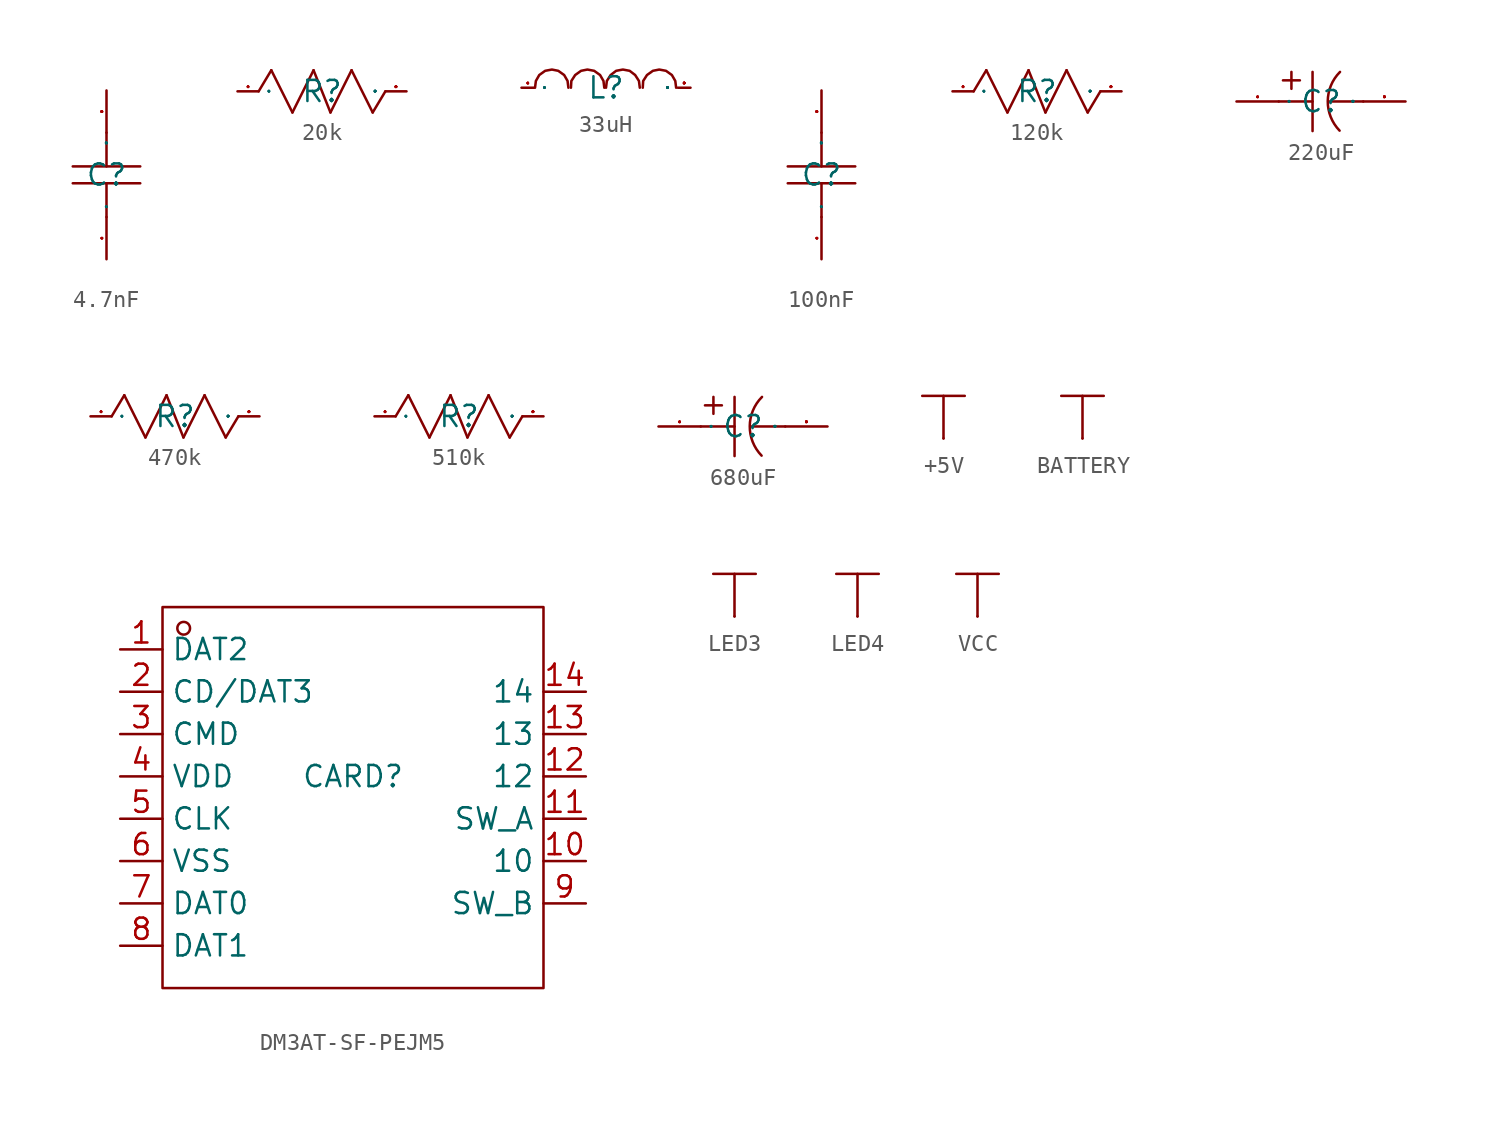
<source format=kicad_sym>
(kicad_symbol_lib
  (version 20231120)
  (generator "kicad_symbol_editor")
  (generator_version "8.0")
  (symbol "4.7nF"
    (property "Reference" "C"
      (at 0 0 0)
      (effects (font (size 1.27 1.27))))
    (property "Value" ""
      (at 0 0 0)
      (effects (font (size 1.27 1.27))))
    (symbol "4.7nF_1_0"
      (polyline (pts (xy -2.032 0.508) (xy 2.032 0.508)) (stroke (width 0) (type default)) (fill (type none)))
      (polyline (pts (xy 0 -0.508) (xy 0 -2.54)) (stroke (width 0) (type default)) (fill (type none)))
      (polyline (pts (xy 0 2.54) (xy 0 0.508)) (stroke (width 0) (type default)) (fill (type none)))
      (polyline (pts (xy 2.032 -0.508) (xy -2.032 -0.508)) (stroke (width 0) (type default)) (fill (type none)))
      (pin unspecified line (at 0 -5.08 90) (length 2.54) (name "1" (effects (font (size 0.025 0.025)))) (number "1" (effects (font (size 0.025 0.025)))))
      (pin unspecified line (at 0 5.08 270) (length 2.54) (name "2" (effects (font (size 0.025 0.025)))) (number "2" (effects (font (size 0.025 0.025)))))))
  (symbol "20k"
    (property "Reference" "R"
      (at 0 0 0)
      (effects (font (size 1.27 1.27))))
    (property "Value" ""
      (at 0 0 0)
      (effects (font (size 1.27 1.27))))
    (symbol "20k_1_0"
      (polyline (pts (xy -3.048 1.27) (xy -3.81 0)) (stroke (width 0) (type default)) (fill (type none)))
      (polyline (pts (xy -1.778 -1.27) (xy -3.048 1.27)) (stroke (width 0) (type default)) (fill (type none)))
      (polyline (pts (xy -0.508 1.27) (xy -1.778 -1.27)) (stroke (width 0) (type default)) (fill (type none)))
      (polyline (pts (xy 0.508 -1.27) (xy -0.508 1.27)) (stroke (width 0) (type default)) (fill (type none)))
      (polyline (pts (xy 1.778 1.27) (xy 0.508 -1.27)) (stroke (width 0) (type default)) (fill (type none)))
      (polyline (pts (xy 3.048 -1.27) (xy 1.778 1.27)) (stroke (width 0) (type default)) (fill (type none)))
      (polyline (pts (xy 3.81 0) (xy 3.048 -1.27)) (stroke (width 0) (type default)) (fill (type none)))
      (pin unspecified line (at -5.08 0 0) (length 1.27) (name "1" (effects (font (size 0.025 0.025)))) (number "1" (effects (font (size 0.025 0.025)))))
      (pin unspecified line (at 5.08 0 180) (length 1.27) (name "2" (effects (font (size 0.025 0.025)))) (number "2" (effects (font (size 0.025 0.025)))))))
  (symbol "33uH"
    (property "Reference" "L"
      (at 0 0 0)
      (effects (font (size 1.27 1.27))))
    (property "Value" ""
      (at 0 0 0)
      (effects (font (size 1.27 1.27))))
    (symbol "33uH_1_0"
      (polyline (pts (xy -4.267 0) (xy -4.216 0.406) (xy -4.216 0.406) (xy -4.013 0.762) (xy -4.013 0.762) (xy -3.658 1.016) (xy -3.658 1.016) (xy -3.251 1.092) (xy -3.251 1.092) (xy -2.87 1.016) (xy -2.87 1.016) (xy -2.515 0.762) (xy -2.515 0.762) (xy -2.311 0.406) (xy -2.311 0.406) (xy -2.261 0)) (stroke (width 0) (type default)) (fill (type none)))
      (polyline (pts (xy -2.108 0) (xy -2.083 0.406) (xy -2.083 0.406) (xy -1.854 0.762) (xy -1.854 0.762) (xy -1.499 1.016) (xy -1.499 1.016) (xy -1.118 1.092) (xy -1.118 1.092) (xy -0.711 1.016) (xy -0.711 1.016) (xy -0.356 0.762) (xy -0.356 0.762) (xy -0.152 0.406) (xy -0.152 0.406) (xy -0.102 0)) (stroke (width 0) (type default)) (fill (type none)))
      (polyline (pts (xy 0 0) (xy 0.051 0.406) (xy 0.051 0.406) (xy 0.279 0.762) (xy 0.279 0.762) (xy 0.61 1.016) (xy 0.61 1.016) (xy 1.016 1.092) (xy 1.016 1.092) (xy 1.422 1.016) (xy 1.422 1.016) (xy 1.753 0.762) (xy 1.753 0.762) (xy 1.981 0.406) (xy 1.981 0.406) (xy 2.032 0)) (stroke (width 0) (type default)) (fill (type none)))
      (polyline (pts (xy 2.21 0) (xy 2.235 0.406) (xy 2.235 0.406) (xy 2.464 0.762) (xy 2.464 0.762) (xy 2.819 1.016) (xy 2.819 1.016) (xy 3.2 1.092) (xy 3.2 1.092) (xy 3.607 1.016) (xy 3.607 1.016) (xy 3.962 0.762) (xy 3.962 0.762) (xy 4.166 0.406) (xy 4.166 0.406) (xy 4.216 0)) (stroke (width 0) (type default)) (fill (type none)))
      (pin unspecified line (at -5.08 0 0) (length 0.762) (name "1" (effects (font (size 0.025 0.025)))) (number "1" (effects (font (size 0.025 0.025)))))
      (pin unspecified line (at 5.08 0 180) (length 0.762) (name "2" (effects (font (size 0.025 0.025)))) (number "2" (effects (font (size 0.025 0.025)))))))
  (symbol "100nF"
    (property "Reference" "C"
      (at 0 0 0)
      (effects (font (size 1.27 1.27))))
    (property "Value" ""
      (at 0 0 0)
      (effects (font (size 1.27 1.27))))
    (symbol "100nF_1_0"
      (polyline (pts (xy -2.032 0.508) (xy 2.032 0.508)) (stroke (width 0) (type default)) (fill (type none)))
      (polyline (pts (xy 0 -0.508) (xy 0 -2.54)) (stroke (width 0) (type default)) (fill (type none)))
      (polyline (pts (xy 0 2.54) (xy 0 0.508)) (stroke (width 0) (type default)) (fill (type none)))
      (polyline (pts (xy 2.032 -0.508) (xy -2.032 -0.508)) (stroke (width 0) (type default)) (fill (type none)))
      (pin unspecified line (at 0 -5.08 90) (length 2.54) (name "1" (effects (font (size 0.025 0.025)))) (number "1" (effects (font (size 0.025 0.025)))))
      (pin unspecified line (at 0 5.08 270) (length 2.54) (name "2" (effects (font (size 0.025 0.025)))) (number "2" (effects (font (size 0.025 0.025)))))))
  (symbol "120k"
    (property "Reference" "R"
      (at 0 0 0)
      (effects (font (size 1.27 1.27))))
    (property "Value" ""
      (at 0 0 0)
      (effects (font (size 1.27 1.27))))
    (symbol "120k_1_0"
      (polyline (pts (xy -3.048 1.27) (xy -3.81 0)) (stroke (width 0) (type default)) (fill (type none)))
      (polyline (pts (xy -1.778 -1.27) (xy -3.048 1.27)) (stroke (width 0) (type default)) (fill (type none)))
      (polyline (pts (xy -0.508 1.27) (xy -1.778 -1.27)) (stroke (width 0) (type default)) (fill (type none)))
      (polyline (pts (xy 0.508 -1.27) (xy -0.508 1.27)) (stroke (width 0) (type default)) (fill (type none)))
      (polyline (pts (xy 1.778 1.27) (xy 0.508 -1.27)) (stroke (width 0) (type default)) (fill (type none)))
      (polyline (pts (xy 3.048 -1.27) (xy 1.778 1.27)) (stroke (width 0) (type default)) (fill (type none)))
      (polyline (pts (xy 3.81 0) (xy 3.048 -1.27)) (stroke (width 0) (type default)) (fill (type none)))
      (pin unspecified line (at -5.08 0 0) (length 1.27) (name "1" (effects (font (size 0.025 0.025)))) (number "1" (effects (font (size 0.025 0.025)))))
      (pin unspecified line (at 5.08 0 180) (length 1.27) (name "2" (effects (font (size 0.025 0.025)))) (number "2" (effects (font (size 0.025 0.025)))))))
  (symbol "220uF"
    (property "Reference" "C"
      (at 0 0 0)
      (effects (font (size 1.27 1.27))))
    (property "Value" ""
      (at 0 0 0)
      (effects (font (size 1.27 1.27))))
    (symbol "220uF_1_0"
      (polyline (pts (xy -2.54 0) (xy -0.508 0)) (stroke (width 0) (type default)) (fill (type none)))
      (polyline (pts (xy -2.286 1.27) (xy -1.27 1.27)) (stroke (width 0) (type default)) (fill (type none)))
      (polyline (pts (xy -1.778 1.778) (xy -1.778 0.762)) (stroke (width 0) (type default)) (fill (type none)))
      (polyline (pts (xy -0.508 1.778) (xy -0.508 -1.778)) (stroke (width 0) (type default)) (fill (type none)))
      (polyline (pts (xy 0.508 0) (xy 2.54 0)) (stroke (width 0) (type default)) (fill (type none)))
      (arc (start 1.143 1.778) (mid 0.4065 0.0179) (end 1.1176 -1.7526) (stroke (width 0) (type default)) (fill (type none)))
      (pin input line (at -5.08 0 0) (length 2.54) (name "1" (effects (font (size 0.025 0.025)))) (number "1" (effects (font (size 0.025 0.025)))))
      (pin input line (at 5.08 0 180) (length 2.54) (name "2" (effects (font (size 0.025 0.025)))) (number "2" (effects (font (size 0.025 0.025)))))))
  (symbol "470k"
    (property "Reference" "R"
      (at 0 0 0)
      (effects (font (size 1.27 1.27))))
    (property "Value" ""
      (at 0 0 0)
      (effects (font (size 1.27 1.27))))
    (symbol "470k_1_0"
      (polyline (pts (xy -3.048 1.27) (xy -3.81 0)) (stroke (width 0) (type default)) (fill (type none)))
      (polyline (pts (xy -1.778 -1.27) (xy -3.048 1.27)) (stroke (width 0) (type default)) (fill (type none)))
      (polyline (pts (xy -0.508 1.27) (xy -1.778 -1.27)) (stroke (width 0) (type default)) (fill (type none)))
      (polyline (pts (xy 0.508 -1.27) (xy -0.508 1.27)) (stroke (width 0) (type default)) (fill (type none)))
      (polyline (pts (xy 1.778 1.27) (xy 0.508 -1.27)) (stroke (width 0) (type default)) (fill (type none)))
      (polyline (pts (xy 3.048 -1.27) (xy 1.778 1.27)) (stroke (width 0) (type default)) (fill (type none)))
      (polyline (pts (xy 3.81 0) (xy 3.048 -1.27)) (stroke (width 0) (type default)) (fill (type none)))
      (pin unspecified line (at -5.08 0 0) (length 1.27) (name "1" (effects (font (size 0.025 0.025)))) (number "1" (effects (font (size 0.025 0.025)))))
      (pin unspecified line (at 5.08 0 180) (length 1.27) (name "2" (effects (font (size 0.025 0.025)))) (number "2" (effects (font (size 0.025 0.025)))))))
  (symbol "510k"
    (property "Reference" "R"
      (at 0 0 0)
      (effects (font (size 1.27 1.27))))
    (property "Value" ""
      (at 0 0 0)
      (effects (font (size 1.27 1.27))))
    (symbol "510k_1_0"
      (polyline (pts (xy -3.048 1.27) (xy -3.81 0)) (stroke (width 0) (type default)) (fill (type none)))
      (polyline (pts (xy -1.778 -1.27) (xy -3.048 1.27)) (stroke (width 0) (type default)) (fill (type none)))
      (polyline (pts (xy -0.508 1.27) (xy -1.778 -1.27)) (stroke (width 0) (type default)) (fill (type none)))
      (polyline (pts (xy 0.508 -1.27) (xy -0.508 1.27)) (stroke (width 0) (type default)) (fill (type none)))
      (polyline (pts (xy 1.778 1.27) (xy 0.508 -1.27)) (stroke (width 0) (type default)) (fill (type none)))
      (polyline (pts (xy 3.048 -1.27) (xy 1.778 1.27)) (stroke (width 0) (type default)) (fill (type none)))
      (polyline (pts (xy 3.81 0) (xy 3.048 -1.27)) (stroke (width 0) (type default)) (fill (type none)))
      (pin unspecified line (at -5.08 0 0) (length 1.27) (name "1" (effects (font (size 0.025 0.025)))) (number "1" (effects (font (size 0.025 0.025)))))
      (pin unspecified line (at 5.08 0 180) (length 1.27) (name "2" (effects (font (size 0.025 0.025)))) (number "2" (effects (font (size 0.025 0.025)))))))
  (symbol "680uF"
    (property "Reference" "C"
      (at 0 0 0)
      (effects (font (size 1.27 1.27))))
    (property "Value" ""
      (at 0 0 0)
      (effects (font (size 1.27 1.27))))
    (symbol "680uF_1_0"
      (polyline (pts (xy -2.54 0) (xy -0.508 0)) (stroke (width 0) (type default)) (fill (type none)))
      (polyline (pts (xy -2.286 1.27) (xy -1.27 1.27)) (stroke (width 0) (type default)) (fill (type none)))
      (polyline (pts (xy -1.778 1.778) (xy -1.778 0.762)) (stroke (width 0) (type default)) (fill (type none)))
      (polyline (pts (xy -0.508 1.778) (xy -0.508 -1.778)) (stroke (width 0) (type default)) (fill (type none)))
      (polyline (pts (xy 0.508 0) (xy 2.54 0)) (stroke (width 0) (type default)) (fill (type none)))
      (arc (start 1.143 1.778) (mid 0.4065 0.0179) (end 1.1176 -1.7526) (stroke (width 0) (type default)) (fill (type none)))
      (pin input line (at -5.08 0 0) (length 2.54) (name "1" (effects (font (size 0.025 0.025)))) (number "1" (effects (font (size 0.025 0.025)))))
      (pin input line (at 5.08 0 180) (length 2.54) (name "2" (effects (font (size 0.025 0.025)))) (number "2" (effects (font (size 0.025 0.025)))))))
  (symbol "+5V"
    (power)
    (pin_numbers hide)
    (pin_names hide)
    (property "Reference" "#PWR"
      (at 0 0 0)
      (effects (font (size 1.27 1.27)) (hide yes)))
    (symbol "+5V_1_0"
      (polyline (pts (xy -1.27 2.54) (xy 1.27 2.54)) (stroke (width 0) (type default)) (fill (type none)))
      (polyline (pts (xy 0 2.54) (xy 0 0)) (stroke (width 0) (type default)) (fill (type none)))
      (pin power_in line (at 0 0 0) (length 0) (name "" (effects (font (size 1.27 1.27)))) (number "" (effects (font (size 0.025 0.025)))))))
  (symbol "BATTERY"
    (power)
    (pin_numbers hide)
    (pin_names hide)
    (property "Reference" "#PWR"
      (at 0 0 0)
      (effects (font (size 1.27 1.27)) (hide yes)))
    (symbol "BATTERY_1_0"
      (polyline (pts (xy -1.27 2.54) (xy 1.27 2.54)) (stroke (width 0) (type default)) (fill (type none)))
      (polyline (pts (xy 0 2.54) (xy 0 0)) (stroke (width 0) (type default)) (fill (type none)))
      (pin power_in line (at 0 0 0) (length 0) (name "" (effects (font (size 1.27 1.27)))) (number "" (effects (font (size 0.025 0.025)))))))
  (symbol "DM3AT-SF-PEJM5"
    (property "Reference" "CARD"
      (at 0 0 0)
      (effects (font (size 1.27 1.27))))
    (property "Value" ""
      (at 0 0 0)
      (effects (font (size 1.27 1.27))))
    (symbol "DM3AT-SF-PEJM5_1_0"
      (rectangle (start -11.43 -12.7) (end 11.43 10.16) (stroke (width 0) (type default)) (fill (type none)))
      (circle (center -10.16 8.89) (radius 0.381) (stroke (width 0) (type default)) (fill (type none)))
      (pin unspecified line (at -13.97 7.62 0) (length 2.54) (name "DAT2" (effects (font (size 1.27 1.27)))) (number "1" (effects (font (size 1.27 1.27)))))
      (pin unspecified line (at 13.97 -5.08 180) (length 2.54) (name "10" (effects (font (size 1.27 1.27)))) (number "10" (effects (font (size 1.27 1.27)))))
      (pin unspecified line (at 13.97 -2.54 180) (length 2.54) (name "SW_A" (effects (font (size 1.27 1.27)))) (number "11" (effects (font (size 1.27 1.27)))))
      (pin unspecified line (at 13.97 0 180) (length 2.54) (name "12" (effects (font (size 1.27 1.27)))) (number "12" (effects (font (size 1.27 1.27)))))
      (pin unspecified line (at 13.97 2.54 180) (length 2.54) (name "13" (effects (font (size 1.27 1.27)))) (number "13" (effects (font (size 1.27 1.27)))))
      (pin unspecified line (at 13.97 5.08 180) (length 2.54) (name "14" (effects (font (size 1.27 1.27)))) (number "14" (effects (font (size 1.27 1.27)))))
      (pin unspecified line (at -13.97 5.08 0) (length 2.54) (name "CD/DAT3" (effects (font (size 1.27 1.27)))) (number "2" (effects (font (size 1.27 1.27)))))
      (pin unspecified line (at -13.97 2.54 0) (length 2.54) (name "CMD" (effects (font (size 1.27 1.27)))) (number "3" (effects (font (size 1.27 1.27)))))
      (pin unspecified line (at -13.97 0 0) (length 2.54) (name "VDD" (effects (font (size 1.27 1.27)))) (number "4" (effects (font (size 1.27 1.27)))))
      (pin unspecified line (at -13.97 -2.54 0) (length 2.54) (name "CLK" (effects (font (size 1.27 1.27)))) (number "5" (effects (font (size 1.27 1.27)))))
      (pin unspecified line (at -13.97 -5.08 0) (length 2.54) (name "VSS" (effects (font (size 1.27 1.27)))) (number "6" (effects (font (size 1.27 1.27)))))
      (pin unspecified line (at -13.97 -7.62 0) (length 2.54) (name "DAT0" (effects (font (size 1.27 1.27)))) (number "7" (effects (font (size 1.27 1.27)))))
      (pin unspecified line (at -13.97 -10.16 0) (length 2.54) (name "DAT1" (effects (font (size 1.27 1.27)))) (number "8" (effects (font (size 1.27 1.27)))))
      (pin unspecified line (at 13.97 -7.62 180) (length 2.54) (name "SW_B" (effects (font (size 1.27 1.27)))) (number "9" (effects (font (size 1.27 1.27)))))))
  (symbol "LED3"
    (power)
    (pin_numbers hide)
    (pin_names hide)
    (property "Reference" "#PWR"
      (at 0 0 0)
      (effects (font (size 1.27 1.27)) (hide yes)))
    (symbol "LED3_1_0"
      (polyline (pts (xy -1.27 2.54) (xy 1.27 2.54)) (stroke (width 0) (type default)) (fill (type none)))
      (polyline (pts (xy 0 2.54) (xy 0 0)) (stroke (width 0) (type default)) (fill (type none)))
      (pin power_in line (at 0 0 0) (length 0) (name "" (effects (font (size 1.27 1.27)))) (number "" (effects (font (size 0.025 0.025)))))))
  (symbol "LED4"
    (power)
    (pin_numbers hide)
    (pin_names hide)
    (property "Reference" "#PWR"
      (at 0 0 0)
      (effects (font (size 1.27 1.27)) (hide yes)))
    (symbol "LED4_1_0"
      (polyline (pts (xy -1.27 2.54) (xy 1.27 2.54)) (stroke (width 0) (type default)) (fill (type none)))
      (polyline (pts (xy 0 2.54) (xy 0 0)) (stroke (width 0) (type default)) (fill (type none)))
      (pin power_in line (at 0 0 0) (length 0) (name "" (effects (font (size 1.27 1.27)))) (number "" (effects (font (size 0.025 0.025)))))))
  (symbol "VCC"
    (power)
    (pin_numbers hide)
    (pin_names hide)
    (property "Reference" "#PWR"
      (at 0 0 0)
      (effects (font (size 1.27 1.27)) (hide yes)))
    (symbol "VCC_1_0"
      (polyline (pts (xy -1.27 2.54) (xy 1.27 2.54)) (stroke (width 0) (type default)) (fill (type none)))
      (polyline (pts (xy 0 2.54) (xy 0 0)) (stroke (width 0) (type default)) (fill (type none)))
      (pin power_in line (at 0 0 0) (length 0) (name "" (effects (font (size 1.27 1.27)))) (number "" (effects (font (size 0.025 0.025))))))))
</source>
